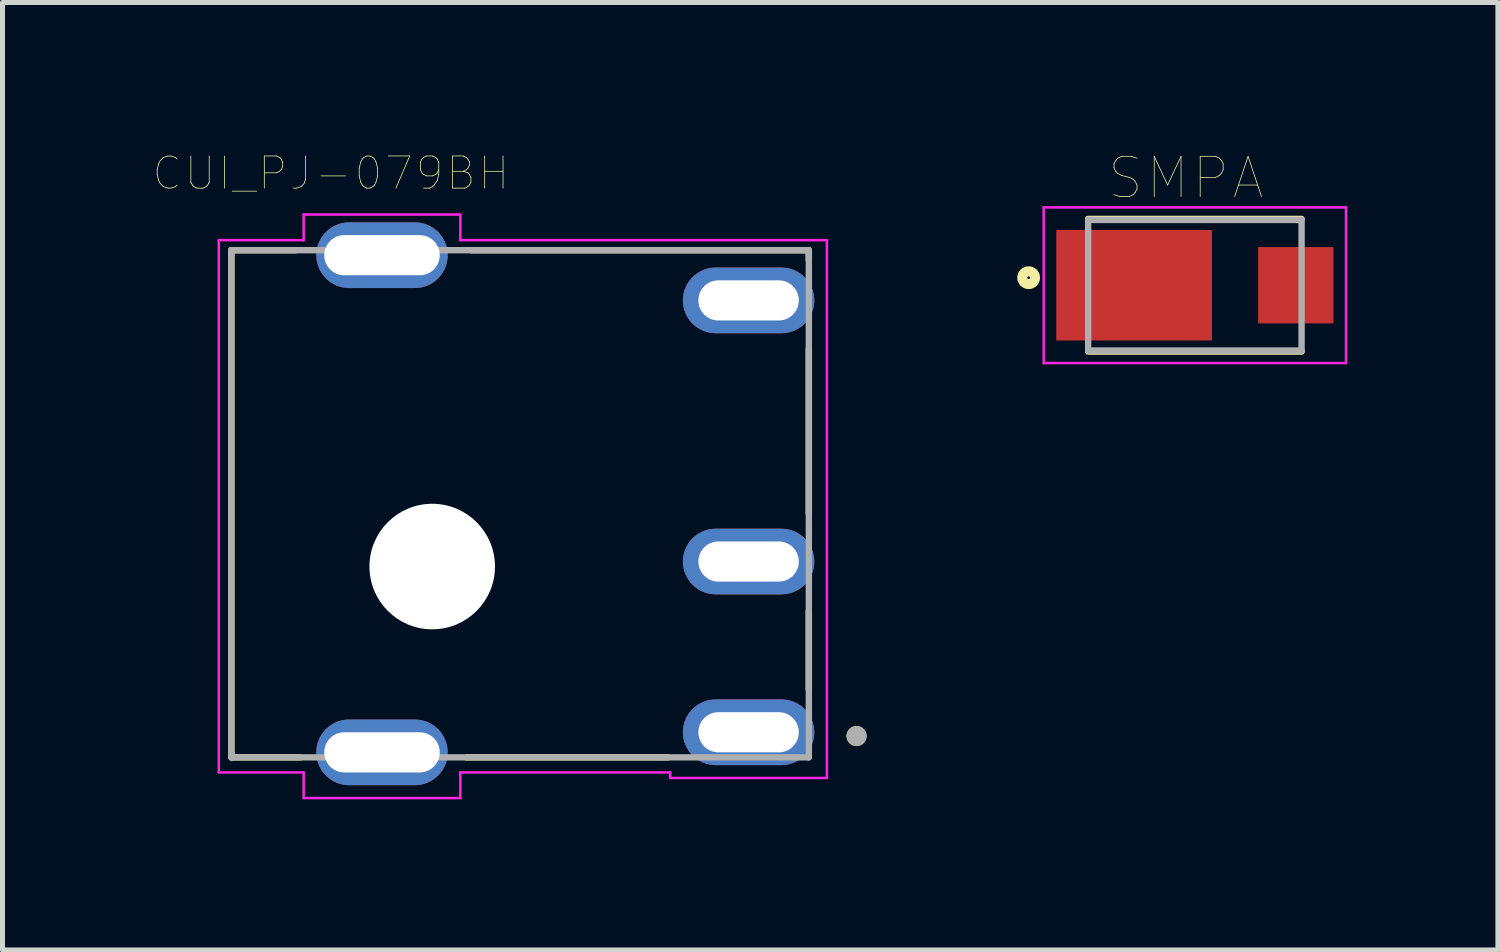
<source format=kicad_pcb>
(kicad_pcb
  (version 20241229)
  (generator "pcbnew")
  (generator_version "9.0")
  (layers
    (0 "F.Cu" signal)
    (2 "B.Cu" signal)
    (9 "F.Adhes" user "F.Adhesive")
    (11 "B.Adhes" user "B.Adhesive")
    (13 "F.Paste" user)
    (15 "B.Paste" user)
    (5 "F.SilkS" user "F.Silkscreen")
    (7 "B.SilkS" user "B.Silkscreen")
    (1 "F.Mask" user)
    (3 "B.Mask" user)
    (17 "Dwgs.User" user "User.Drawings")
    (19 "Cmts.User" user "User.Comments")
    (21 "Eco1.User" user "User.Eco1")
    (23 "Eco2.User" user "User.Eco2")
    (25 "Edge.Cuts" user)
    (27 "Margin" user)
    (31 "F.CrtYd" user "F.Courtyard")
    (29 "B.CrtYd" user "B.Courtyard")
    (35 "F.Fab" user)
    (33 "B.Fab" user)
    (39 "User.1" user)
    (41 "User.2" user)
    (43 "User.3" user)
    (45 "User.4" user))
  (footprint "SMPA"
    (layer "F.Cu")
    (at 20.744 2.63)
    (property "Reference" "SMPA" (at -0.18 -2.136 0) (layer "F.SilkS") (effects (font (size 0.801 0.801) (thickness 0.015))))
    (attr smd)
    (fp_line (start -2.125 -1.32) (end 2.125 -1.32) (stroke (width 0.127) (type solid)) (layer "F.SilkS"))
    (fp_line (start -2.125 1.32) (end 2.125 1.32) (stroke (width 0.127) (type solid)) (layer "F.SilkS"))
    (fp_circle (center -3.31 -0.15) (end -3.183 -0.15) (stroke (width 0.2) (type solid)) (fill no) (layer "F.SilkS"))
    (fp_line (start -3.01 -1.55) (end 3.01 -1.55) (stroke (width 0.05) (type solid)) (layer "F.CrtYd"))
    (fp_line (start -3.01 1.55) (end -3.01 -1.55) (stroke (width 0.05) (type solid)) (layer "F.CrtYd"))
    (fp_line (start 3.01 -1.55) (end 3.01 1.55) (stroke (width 0.05) (type solid)) (layer "F.CrtYd"))
    (fp_line (start 3.01 1.55) (end -3.01 1.55) (stroke (width 0.05) (type solid)) (layer "F.CrtYd"))
    (fp_line (start -2.125 -1.3) (end 2.125 -1.3) (stroke (width 0.127) (type solid)) (layer "F.Fab"))
    (fp_line (start -2.125 1.3) (end -2.125 -1.3) (stroke (width 0.127) (type solid)) (layer "F.Fab"))
    (fp_line (start 2.125 -1.3) (end 2.125 1.3) (stroke (width 0.127) (type solid)) (layer "F.Fab"))
    (fp_line (start 2.125 1.3) (end -2.125 1.3) (stroke (width 0.127) (type solid)) (layer "F.Fab"))
    (pad "1" smd rect (at -1.21 0) (size 3.1 2.2) (layers "F.Cu" "F.Mask" "F.Paste"))
    (pad "2" smd rect (at 2.01 0) (size 1.5 1.52) (layers "F.Cu" "F.Mask" "F.Paste")))
  (footprint "CUI_PJ-079BH"
    (layer "F.Cu")
    (at 1.557 8.232)
    (property "Reference" "CUI_PJ-079BH" (at 1.982 -7.831 0) (layer "F.SilkS") (effects (font (size 0.64 0.64) (thickness 0.015))))
    (attr through_hole)
    (fp_line (start 0 -6.3) (end 1.275 -6.3) (stroke (width 0.127) (type solid)) (layer "F.SilkS"))
    (fp_line (start 0 3.8) (end 0 -6.3) (stroke (width 0.127) (type solid)) (layer "F.SilkS"))
    (fp_line (start 1.375 3.8) (end 0 3.8) (stroke (width 0.127) (type solid)) (layer "F.SilkS"))
    (fp_line (start 4.77 -6.3) (end 11.5 -6.3) (stroke (width 0.127) (type solid)) (layer "F.SilkS"))
    (fp_line (start 8.7 3.8) (end 4.68 3.8) (stroke (width 0.127) (type solid)) (layer "F.SilkS"))
    (fp_line (start 11.5 -6.3) (end 11.5 -6.1) (stroke (width 0.127) (type solid)) (layer "F.SilkS"))
    (fp_line (start 11.5 -4.34) (end 11.5 -1.05) (stroke (width 0.127) (type solid)) (layer "F.SilkS"))
    (fp_line (start 11.5 0.88) (end 11.5 2.45) (stroke (width 0.127) (type solid)) (layer "F.SilkS"))
    (fp_circle (center 12.45 3.375) (end 12.55 3.375) (stroke (width 0.2) (type solid)) (fill no) (layer "F.SilkS"))
    (fp_line (start -0.25 4.1) (end -0.25 -6.5) (stroke (width 0.05) (type solid)) (layer "F.CrtYd"))
    (fp_line (start -0.25 4.1) (end 1.44 4.1) (stroke (width 0.05) (type solid)) (layer "F.CrtYd"))
    (fp_line (start 1.44 -6.5) (end -0.25 -6.5) (stroke (width 0.05) (type solid)) (layer "F.CrtYd"))
    (fp_line (start 1.44 -6.5) (end 1.44 -7.01) (stroke (width 0.05) (type solid)) (layer "F.CrtYd"))
    (fp_line (start 1.44 4.1) (end 1.44 4.61) (stroke (width 0.05) (type solid)) (layer "F.CrtYd"))
    (fp_line (start 1.44 4.61) (end 4.56 4.61) (stroke (width 0.05) (type solid)) (layer "F.CrtYd"))
    (fp_line (start 4.56 -7.01) (end 1.44 -7.01) (stroke (width 0.05) (type solid)) (layer "F.CrtYd"))
    (fp_line (start 4.56 -6.5) (end 4.56 -7.01) (stroke (width 0.05) (type solid)) (layer "F.CrtYd"))
    (fp_line (start 4.56 4.1) (end 4.56 4.61) (stroke (width 0.05) (type solid)) (layer "F.CrtYd"))
    (fp_line (start 4.56 4.1) (end 8.74 4.1) (stroke (width 0.05) (type solid)) (layer "F.CrtYd"))
    (fp_line (start 8.74 4.1) (end 8.74 4.21) (stroke (width 0.05) (type solid)) (layer "F.CrtYd"))
    (fp_line (start 8.74 4.21) (end 11.86 4.21) (stroke (width 0.05) (type solid)) (layer "F.CrtYd"))
    (fp_line (start 11.86 -6.5) (end 4.56 -6.5) (stroke (width 0.05) (type solid)) (layer "F.CrtYd"))
    (fp_line (start 11.86 4.21) (end 11.86 -6.5) (stroke (width 0.05) (type solid)) (layer "F.CrtYd"))
    (fp_line (start 0 -6.3) (end 11.5 -6.3) (stroke (width 0.127) (type solid)) (layer "F.Fab"))
    (fp_line (start 0 3.8) (end 0 -6.3) (stroke (width 0.127) (type solid)) (layer "F.Fab"))
    (fp_line (start 0 3.8) (end 11.5 3.8) (stroke (width 0.127) (type solid)) (layer "F.Fab"))
    (fp_line (start 11.5 3.8) (end 11.5 -6.3) (stroke (width 0.127) (type solid)) (layer "F.Fab"))
    (fp_circle (center 12.45 3.375) (end 12.55 3.375) (stroke (width 0.2) (type solid)) (fill no) (layer "F.Fab"))
    (pad "" np_thru_hole circle (at 4 0) (size 2.5 2.5) (drill 2.5) (layers "*.Cu" "*.Mask"))
    (pad "1" thru_hole oval (at 10.3 3.3) (size 2.616 1.308) (drill oval 2 0.8) (layers "*.Cu" "*.Mask"))
    (pad "2" thru_hole oval (at 10.3 -5.3) (size 2.616 1.308) (drill oval 2 0.8) (layers "*.Cu" "*.Mask"))
    (pad "3" thru_hole oval (at 10.3 -0.1) (size 2.616 1.308) (drill oval 2 0.8) (layers "*.Cu" "*.Mask"))
    (pad "MP" thru_hole oval (at 3 -6.2) (size 2.616 1.308) (drill oval 2.3 0.8) (layers "*.Cu" "*.Mask"))
    (pad "MP" thru_hole oval (at 3 3.7) (size 2.616 1.308) (drill oval 2.3 0.8) (layers "*.Cu" "*.Mask")))
  (gr_rect
    (start -3 -3)
    (end 26.779 15.867)
    (stroke (width 0.1) (type default))
    (fill no)
    (layer "Edge.Cuts")))
</source>
